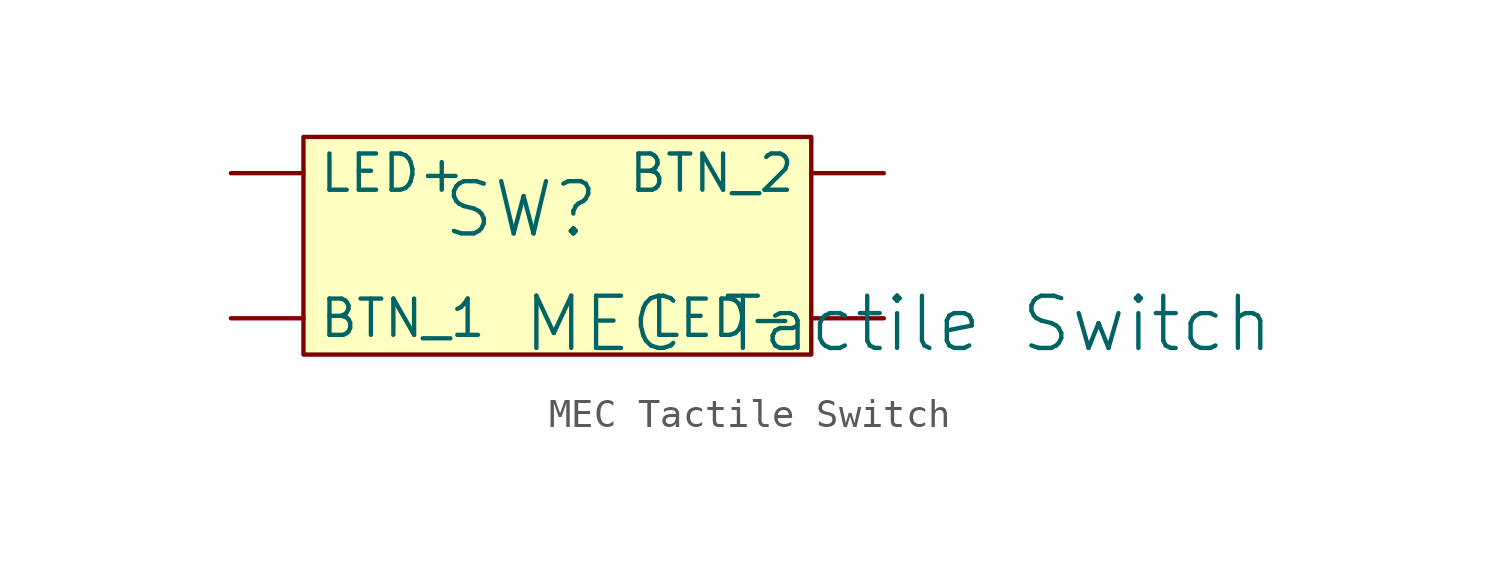
<source format=kicad_sym>
(kicad_symbol_lib
  (version 20241209)
  (generator "kicad_symbol_editor")
  (generator_version "9.0")
  (symbol "MEC Tactile Switch"
    (pin_numbers
      (hide yes))
    (property "Reference" "SW"
      (at -1.27 1.27 0)
      (effects (font (size 1.829 1.829))))
    (property "Value" "MEC Tactile Switch"
      (at -1.27 -3.81 0)
      (effects (font (size 1.829 1.829)) (justify left bottom)))
    (symbol "MEC Tactile Switch_1_0"
      (rectangle (start 8.89 3.81) (end -8.89 -3.81) (stroke (width 0) (type solid) (color 128 0 0 1)) (fill (type background)))
      (pin passive line (at -11.43 2.54 0) (length 2.54) (name "LED+" (effects (font (size 1.27 1.27)))) (number "L+" (effects (font (size 1.27 1.27)))))
      (pin passive line (at -11.43 -2.54 0) (length 2.54) (name "BTN_1" (effects (font (size 1.27 1.27)))) (number "B1" (effects (font (size 1.27 1.27)))))
      (pin passive line (at 11.43 2.54 180) (length 2.54) (name "BTN_2" (effects (font (size 1.27 1.27)))) (number "B2" (effects (font (size 1.27 1.27)))))
      (pin passive line (at 11.43 -2.54 180) (length 2.54) (name "LED-" (effects (font (size 1.27 1.27)))) (number "L-" (effects (font (size 1.27 1.27))))))))
</source>
